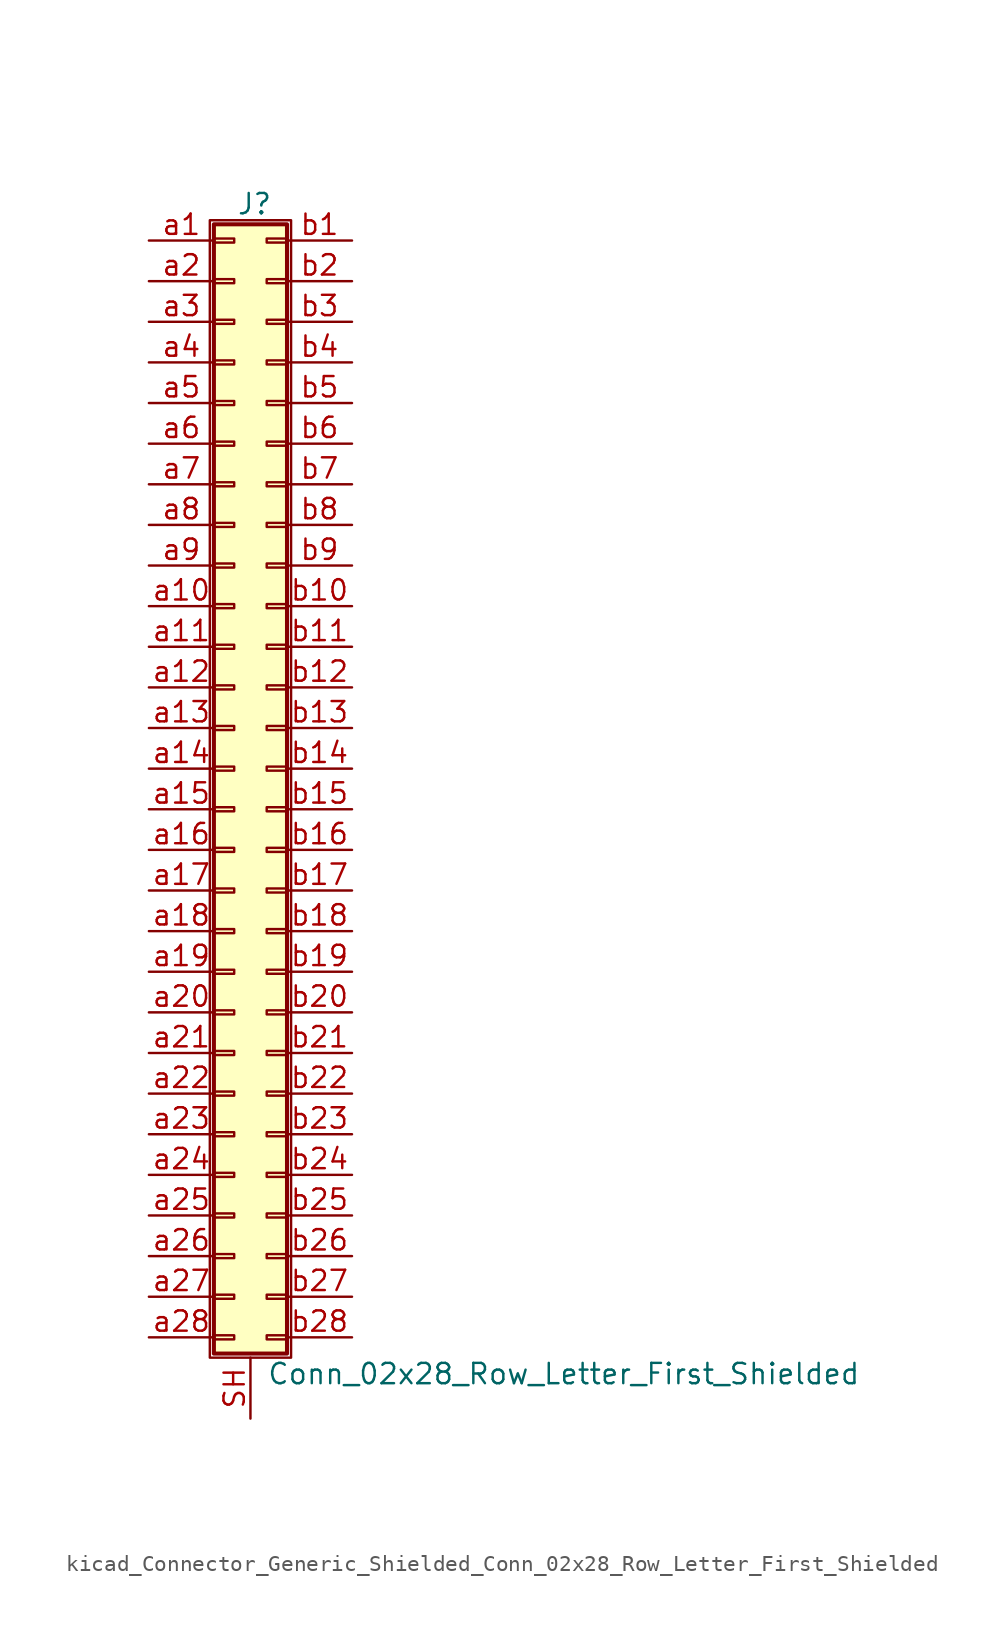
<source format=kicad_sym>
(kicad_symbol_lib
  (version 20220914)
  (generator kicad_symbol_editor)
  (symbol "kicad_Connector_Generic_Shielded_Conn_02x28_Row_Letter_First_Shielded"
    (pin_names
      (offset 1.016) hide)
    (property "Reference" "J"
      (at 1.524 35.306 0)
      (effects (font (size 1.27 1.27))))
    (property "Value" "Conn_02x28_Row_Letter_First_Shielded"
      (at 2.286 -37.846 0)
      (effects (font (size 1.27 1.27)) (justify left)))
    (symbol "kicad_Connector_Generic_Shielded_Conn_02x28_Row_Letter_First_Shielded_1_1"
      (rectangle (start -1.27 34.29) (end 3.81 -36.83) (stroke (width 0.152) (type default)) (fill (type none)))
      (rectangle (start -1.016 -35.433) (end 0.254 -35.687) (stroke (width 0.152) (type default)) (fill (type none)))
      (rectangle (start -1.016 -32.893) (end 0.254 -33.147) (stroke (width 0.152) (type default)) (fill (type none)))
      (rectangle (start -1.016 -30.353) (end 0.254 -30.607) (stroke (width 0.152) (type default)) (fill (type none)))
      (rectangle (start -1.016 -27.813) (end 0.254 -28.067) (stroke (width 0.152) (type default)) (fill (type none)))
      (rectangle (start -1.016 -25.273) (end 0.254 -25.527) (stroke (width 0.152) (type default)) (fill (type none)))
      (rectangle (start -1.016 -22.733) (end 0.254 -22.987) (stroke (width 0.152) (type default)) (fill (type none)))
      (rectangle (start -1.016 -20.193) (end 0.254 -20.447) (stroke (width 0.152) (type default)) (fill (type none)))
      (rectangle (start -1.016 -17.653) (end 0.254 -17.907) (stroke (width 0.152) (type default)) (fill (type none)))
      (rectangle (start -1.016 -15.113) (end 0.254 -15.367) (stroke (width 0.152) (type default)) (fill (type none)))
      (rectangle (start -1.016 -12.573) (end 0.254 -12.827) (stroke (width 0.152) (type default)) (fill (type none)))
      (rectangle (start -1.016 -10.033) (end 0.254 -10.287) (stroke (width 0.152) (type default)) (fill (type none)))
      (rectangle (start -1.016 -7.493) (end 0.254 -7.747) (stroke (width 0.152) (type default)) (fill (type none)))
      (rectangle (start -1.016 -4.953) (end 0.254 -5.207) (stroke (width 0.152) (type default)) (fill (type none)))
      (rectangle (start -1.016 -2.413) (end 0.254 -2.667) (stroke (width 0.152) (type default)) (fill (type none)))
      (rectangle (start -1.016 0.127) (end 0.254 -0.127) (stroke (width 0.152) (type default)) (fill (type none)))
      (rectangle (start -1.016 2.667) (end 0.254 2.413) (stroke (width 0.152) (type default)) (fill (type none)))
      (rectangle (start -1.016 5.207) (end 0.254 4.953) (stroke (width 0.152) (type default)) (fill (type none)))
      (rectangle (start -1.016 7.747) (end 0.254 7.493) (stroke (width 0.152) (type default)) (fill (type none)))
      (rectangle (start -1.016 10.287) (end 0.254 10.033) (stroke (width 0.152) (type default)) (fill (type none)))
      (rectangle (start -1.016 12.827) (end 0.254 12.573) (stroke (width 0.152) (type default)) (fill (type none)))
      (rectangle (start -1.016 15.367) (end 0.254 15.113) (stroke (width 0.152) (type default)) (fill (type none)))
      (rectangle (start -1.016 17.907) (end 0.254 17.653) (stroke (width 0.152) (type default)) (fill (type none)))
      (rectangle (start -1.016 20.447) (end 0.254 20.193) (stroke (width 0.152) (type default)) (fill (type none)))
      (rectangle (start -1.016 22.987) (end 0.254 22.733) (stroke (width 0.152) (type default)) (fill (type none)))
      (rectangle (start -1.016 25.527) (end 0.254 25.273) (stroke (width 0.152) (type default)) (fill (type none)))
      (rectangle (start -1.016 28.067) (end 0.254 27.813) (stroke (width 0.152) (type default)) (fill (type none)))
      (rectangle (start -1.016 30.607) (end 0.254 30.353) (stroke (width 0.152) (type default)) (fill (type none)))
      (rectangle (start -1.016 33.147) (end 0.254 32.893) (stroke (width 0.152) (type default)) (fill (type none)))
      (rectangle (start -1.016 34.036) (end 3.556 -36.576) (stroke (width 0.254) (type default)) (fill (type background)))
      (rectangle (start 3.556 -35.433) (end 2.286 -35.687) (stroke (width 0.152) (type default)) (fill (type none)))
      (rectangle (start 3.556 -32.893) (end 2.286 -33.147) (stroke (width 0.152) (type default)) (fill (type none)))
      (rectangle (start 3.556 -30.353) (end 2.286 -30.607) (stroke (width 0.152) (type default)) (fill (type none)))
      (rectangle (start 3.556 -27.813) (end 2.286 -28.067) (stroke (width 0.152) (type default)) (fill (type none)))
      (rectangle (start 3.556 -25.273) (end 2.286 -25.527) (stroke (width 0.152) (type default)) (fill (type none)))
      (rectangle (start 3.556 -22.733) (end 2.286 -22.987) (stroke (width 0.152) (type default)) (fill (type none)))
      (rectangle (start 3.556 -20.193) (end 2.286 -20.447) (stroke (width 0.152) (type default)) (fill (type none)))
      (rectangle (start 3.556 -17.653) (end 2.286 -17.907) (stroke (width 0.152) (type default)) (fill (type none)))
      (rectangle (start 3.556 -15.113) (end 2.286 -15.367) (stroke (width 0.152) (type default)) (fill (type none)))
      (rectangle (start 3.556 -12.573) (end 2.286 -12.827) (stroke (width 0.152) (type default)) (fill (type none)))
      (rectangle (start 3.556 -10.033) (end 2.286 -10.287) (stroke (width 0.152) (type default)) (fill (type none)))
      (rectangle (start 3.556 -7.493) (end 2.286 -7.747) (stroke (width 0.152) (type default)) (fill (type none)))
      (rectangle (start 3.556 -4.953) (end 2.286 -5.207) (stroke (width 0.152) (type default)) (fill (type none)))
      (rectangle (start 3.556 -2.413) (end 2.286 -2.667) (stroke (width 0.152) (type default)) (fill (type none)))
      (rectangle (start 3.556 0.127) (end 2.286 -0.127) (stroke (width 0.152) (type default)) (fill (type none)))
      (rectangle (start 3.556 2.667) (end 2.286 2.413) (stroke (width 0.152) (type default)) (fill (type none)))
      (rectangle (start 3.556 5.207) (end 2.286 4.953) (stroke (width 0.152) (type default)) (fill (type none)))
      (rectangle (start 3.556 7.747) (end 2.286 7.493) (stroke (width 0.152) (type default)) (fill (type none)))
      (rectangle (start 3.556 10.287) (end 2.286 10.033) (stroke (width 0.152) (type default)) (fill (type none)))
      (rectangle (start 3.556 12.827) (end 2.286 12.573) (stroke (width 0.152) (type default)) (fill (type none)))
      (rectangle (start 3.556 15.367) (end 2.286 15.113) (stroke (width 0.152) (type default)) (fill (type none)))
      (rectangle (start 3.556 17.907) (end 2.286 17.653) (stroke (width 0.152) (type default)) (fill (type none)))
      (rectangle (start 3.556 20.447) (end 2.286 20.193) (stroke (width 0.152) (type default)) (fill (type none)))
      (rectangle (start 3.556 22.987) (end 2.286 22.733) (stroke (width 0.152) (type default)) (fill (type none)))
      (rectangle (start 3.556 25.527) (end 2.286 25.273) (stroke (width 0.152) (type default)) (fill (type none)))
      (rectangle (start 3.556 28.067) (end 2.286 27.813) (stroke (width 0.152) (type default)) (fill (type none)))
      (rectangle (start 3.556 30.607) (end 2.286 30.353) (stroke (width 0.152) (type default)) (fill (type none)))
      (rectangle (start 3.556 33.147) (end 2.286 32.893) (stroke (width 0.152) (type default)) (fill (type none)))
      (pin passive line (at 1.27 -40.64 90) (length 3.81) (name "Shield" (effects (font (size 1.27 1.27)))) (number "SH" (effects (font (size 1.27 1.27)))))
      (pin passive line (at -5.08 33.02 0) (length 4.064) (name "Pin_a1" (effects (font (size 1.27 1.27)))) (number "a1" (effects (font (size 1.27 1.27)))))
      (pin passive line (at -5.08 10.16 0) (length 4.064) (name "Pin_a10" (effects (font (size 1.27 1.27)))) (number "a10" (effects (font (size 1.27 1.27)))))
      (pin passive line (at -5.08 7.62 0) (length 4.064) (name "Pin_a11" (effects (font (size 1.27 1.27)))) (number "a11" (effects (font (size 1.27 1.27)))))
      (pin passive line (at -5.08 5.08 0) (length 4.064) (name "Pin_a12" (effects (font (size 1.27 1.27)))) (number "a12" (effects (font (size 1.27 1.27)))))
      (pin passive line (at -5.08 2.54 0) (length 4.064) (name "Pin_a13" (effects (font (size 1.27 1.27)))) (number "a13" (effects (font (size 1.27 1.27)))))
      (pin passive line (at -5.08 0 0) (length 4.064) (name "Pin_a14" (effects (font (size 1.27 1.27)))) (number "a14" (effects (font (size 1.27 1.27)))))
      (pin passive line (at -5.08 -2.54 0) (length 4.064) (name "Pin_a15" (effects (font (size 1.27 1.27)))) (number "a15" (effects (font (size 1.27 1.27)))))
      (pin passive line (at -5.08 -5.08 0) (length 4.064) (name "Pin_a16" (effects (font (size 1.27 1.27)))) (number "a16" (effects (font (size 1.27 1.27)))))
      (pin passive line (at -5.08 -7.62 0) (length 4.064) (name "Pin_a17" (effects (font (size 1.27 1.27)))) (number "a17" (effects (font (size 1.27 1.27)))))
      (pin passive line (at -5.08 -10.16 0) (length 4.064) (name "Pin_a18" (effects (font (size 1.27 1.27)))) (number "a18" (effects (font (size 1.27 1.27)))))
      (pin passive line (at -5.08 -12.7 0) (length 4.064) (name "Pin_a19" (effects (font (size 1.27 1.27)))) (number "a19" (effects (font (size 1.27 1.27)))))
      (pin passive line (at -5.08 30.48 0) (length 4.064) (name "Pin_a2" (effects (font (size 1.27 1.27)))) (number "a2" (effects (font (size 1.27 1.27)))))
      (pin passive line (at -5.08 -15.24 0) (length 4.064) (name "Pin_a20" (effects (font (size 1.27 1.27)))) (number "a20" (effects (font (size 1.27 1.27)))))
      (pin passive line (at -5.08 -17.78 0) (length 4.064) (name "Pin_a21" (effects (font (size 1.27 1.27)))) (number "a21" (effects (font (size 1.27 1.27)))))
      (pin passive line (at -5.08 -20.32 0) (length 4.064) (name "Pin_a22" (effects (font (size 1.27 1.27)))) (number "a22" (effects (font (size 1.27 1.27)))))
      (pin passive line (at -5.08 -22.86 0) (length 4.064) (name "Pin_a23" (effects (font (size 1.27 1.27)))) (number "a23" (effects (font (size 1.27 1.27)))))
      (pin passive line (at -5.08 -25.4 0) (length 4.064) (name "Pin_a24" (effects (font (size 1.27 1.27)))) (number "a24" (effects (font (size 1.27 1.27)))))
      (pin passive line (at -5.08 -27.94 0) (length 4.064) (name "Pin_a25" (effects (font (size 1.27 1.27)))) (number "a25" (effects (font (size 1.27 1.27)))))
      (pin passive line (at -5.08 -30.48 0) (length 4.064) (name "Pin_a26" (effects (font (size 1.27 1.27)))) (number "a26" (effects (font (size 1.27 1.27)))))
      (pin passive line (at -5.08 -33.02 0) (length 4.064) (name "Pin_a27" (effects (font (size 1.27 1.27)))) (number "a27" (effects (font (size 1.27 1.27)))))
      (pin passive line (at -5.08 -35.56 0) (length 4.064) (name "Pin_a28" (effects (font (size 1.27 1.27)))) (number "a28" (effects (font (size 1.27 1.27)))))
      (pin passive line (at -5.08 27.94 0) (length 4.064) (name "Pin_a3" (effects (font (size 1.27 1.27)))) (number "a3" (effects (font (size 1.27 1.27)))))
      (pin passive line (at -5.08 25.4 0) (length 4.064) (name "Pin_a4" (effects (font (size 1.27 1.27)))) (number "a4" (effects (font (size 1.27 1.27)))))
      (pin passive line (at -5.08 22.86 0) (length 4.064) (name "Pin_a5" (effects (font (size 1.27 1.27)))) (number "a5" (effects (font (size 1.27 1.27)))))
      (pin passive line (at -5.08 20.32 0) (length 4.064) (name "Pin_a6" (effects (font (size 1.27 1.27)))) (number "a6" (effects (font (size 1.27 1.27)))))
      (pin passive line (at -5.08 17.78 0) (length 4.064) (name "Pin_a7" (effects (font (size 1.27 1.27)))) (number "a7" (effects (font (size 1.27 1.27)))))
      (pin passive line (at -5.08 15.24 0) (length 4.064) (name "Pin_a8" (effects (font (size 1.27 1.27)))) (number "a8" (effects (font (size 1.27 1.27)))))
      (pin passive line (at -5.08 12.7 0) (length 4.064) (name "Pin_a9" (effects (font (size 1.27 1.27)))) (number "a9" (effects (font (size 1.27 1.27)))))
      (pin passive line (at 7.62 33.02 180) (length 4.064) (name "Pin_b1" (effects (font (size 1.27 1.27)))) (number "b1" (effects (font (size 1.27 1.27)))))
      (pin passive line (at 7.62 10.16 180) (length 4.064) (name "Pin_b10" (effects (font (size 1.27 1.27)))) (number "b10" (effects (font (size 1.27 1.27)))))
      (pin passive line (at 7.62 7.62 180) (length 4.064) (name "Pin_b11" (effects (font (size 1.27 1.27)))) (number "b11" (effects (font (size 1.27 1.27)))))
      (pin passive line (at 7.62 5.08 180) (length 4.064) (name "Pin_b12" (effects (font (size 1.27 1.27)))) (number "b12" (effects (font (size 1.27 1.27)))))
      (pin passive line (at 7.62 2.54 180) (length 4.064) (name "Pin_b13" (effects (font (size 1.27 1.27)))) (number "b13" (effects (font (size 1.27 1.27)))))
      (pin passive line (at 7.62 0 180) (length 4.064) (name "Pin_b14" (effects (font (size 1.27 1.27)))) (number "b14" (effects (font (size 1.27 1.27)))))
      (pin passive line (at 7.62 -2.54 180) (length 4.064) (name "Pin_b15" (effects (font (size 1.27 1.27)))) (number "b15" (effects (font (size 1.27 1.27)))))
      (pin passive line (at 7.62 -5.08 180) (length 4.064) (name "Pin_b16" (effects (font (size 1.27 1.27)))) (number "b16" (effects (font (size 1.27 1.27)))))
      (pin passive line (at 7.62 -7.62 180) (length 4.064) (name "Pin_b17" (effects (font (size 1.27 1.27)))) (number "b17" (effects (font (size 1.27 1.27)))))
      (pin passive line (at 7.62 -10.16 180) (length 4.064) (name "Pin_b18" (effects (font (size 1.27 1.27)))) (number "b18" (effects (font (size 1.27 1.27)))))
      (pin passive line (at 7.62 -12.7 180) (length 4.064) (name "Pin_b19" (effects (font (size 1.27 1.27)))) (number "b19" (effects (font (size 1.27 1.27)))))
      (pin passive line (at 7.62 30.48 180) (length 4.064) (name "Pin_b2" (effects (font (size 1.27 1.27)))) (number "b2" (effects (font (size 1.27 1.27)))))
      (pin passive line (at 7.62 -15.24 180) (length 4.064) (name "Pin_b20" (effects (font (size 1.27 1.27)))) (number "b20" (effects (font (size 1.27 1.27)))))
      (pin passive line (at 7.62 -17.78 180) (length 4.064) (name "Pin_b21" (effects (font (size 1.27 1.27)))) (number "b21" (effects (font (size 1.27 1.27)))))
      (pin passive line (at 7.62 -20.32 180) (length 4.064) (name "Pin_b22" (effects (font (size 1.27 1.27)))) (number "b22" (effects (font (size 1.27 1.27)))))
      (pin passive line (at 7.62 -22.86 180) (length 4.064) (name "Pin_b23" (effects (font (size 1.27 1.27)))) (number "b23" (effects (font (size 1.27 1.27)))))
      (pin passive line (at 7.62 -25.4 180) (length 4.064) (name "Pin_b24" (effects (font (size 1.27 1.27)))) (number "b24" (effects (font (size 1.27 1.27)))))
      (pin passive line (at 7.62 -27.94 180) (length 4.064) (name "Pin_b25" (effects (font (size 1.27 1.27)))) (number "b25" (effects (font (size 1.27 1.27)))))
      (pin passive line (at 7.62 -30.48 180) (length 4.064) (name "Pin_b26" (effects (font (size 1.27 1.27)))) (number "b26" (effects (font (size 1.27 1.27)))))
      (pin passive line (at 7.62 -33.02 180) (length 4.064) (name "Pin_b27" (effects (font (size 1.27 1.27)))) (number "b27" (effects (font (size 1.27 1.27)))))
      (pin passive line (at 7.62 -35.56 180) (length 4.064) (name "Pin_b28" (effects (font (size 1.27 1.27)))) (number "b28" (effects (font (size 1.27 1.27)))))
      (pin passive line (at 7.62 27.94 180) (length 4.064) (name "Pin_b3" (effects (font (size 1.27 1.27)))) (number "b3" (effects (font (size 1.27 1.27)))))
      (pin passive line (at 7.62 25.4 180) (length 4.064) (name "Pin_b4" (effects (font (size 1.27 1.27)))) (number "b4" (effects (font (size 1.27 1.27)))))
      (pin passive line (at 7.62 22.86 180) (length 4.064) (name "Pin_b5" (effects (font (size 1.27 1.27)))) (number "b5" (effects (font (size 1.27 1.27)))))
      (pin passive line (at 7.62 20.32 180) (length 4.064) (name "Pin_b6" (effects (font (size 1.27 1.27)))) (number "b6" (effects (font (size 1.27 1.27)))))
      (pin passive line (at 7.62 17.78 180) (length 4.064) (name "Pin_b7" (effects (font (size 1.27 1.27)))) (number "b7" (effects (font (size 1.27 1.27)))))
      (pin passive line (at 7.62 15.24 180) (length 4.064) (name "Pin_b8" (effects (font (size 1.27 1.27)))) (number "b8" (effects (font (size 1.27 1.27)))))
      (pin passive line (at 7.62 12.7 180) (length 4.064) (name "Pin_b9" (effects (font (size 1.27 1.27)))) (number "b9" (effects (font (size 1.27 1.27))))))))
</source>
